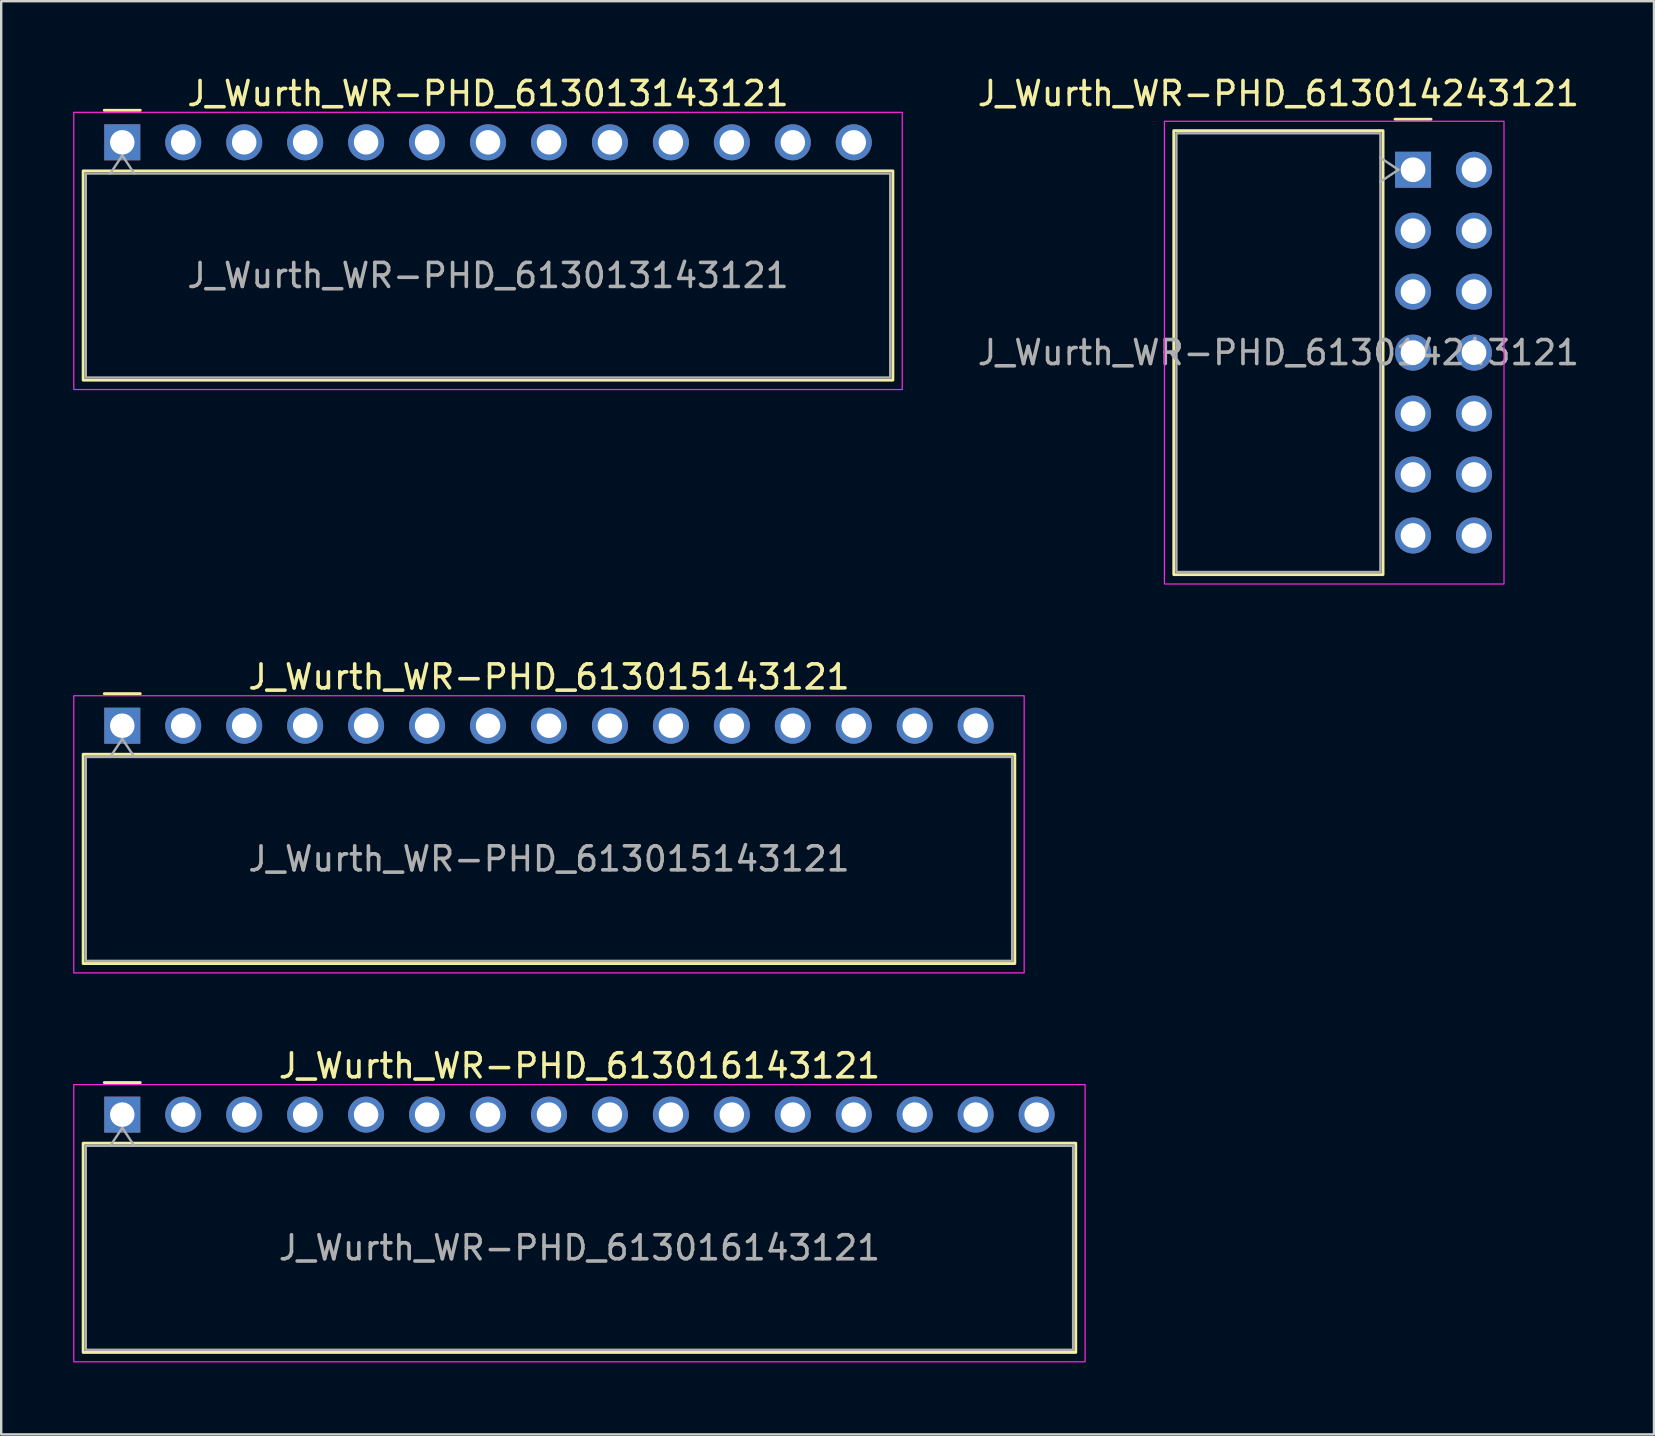
<source format=kicad_pcb>
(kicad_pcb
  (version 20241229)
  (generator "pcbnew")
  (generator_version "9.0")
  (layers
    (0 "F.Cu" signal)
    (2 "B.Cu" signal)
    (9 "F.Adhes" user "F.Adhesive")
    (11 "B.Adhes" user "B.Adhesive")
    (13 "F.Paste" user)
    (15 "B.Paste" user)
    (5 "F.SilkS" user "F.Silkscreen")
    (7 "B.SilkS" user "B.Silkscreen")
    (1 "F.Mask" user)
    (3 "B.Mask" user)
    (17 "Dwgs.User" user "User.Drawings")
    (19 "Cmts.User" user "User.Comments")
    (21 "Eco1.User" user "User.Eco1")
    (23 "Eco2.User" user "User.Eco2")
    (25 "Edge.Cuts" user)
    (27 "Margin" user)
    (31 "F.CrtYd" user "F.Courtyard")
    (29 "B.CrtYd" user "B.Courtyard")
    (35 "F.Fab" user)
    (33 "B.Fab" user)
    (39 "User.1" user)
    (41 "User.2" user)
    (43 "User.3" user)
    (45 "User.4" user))
  (footprint "J_Wurth_WR-PHD_613016143121"
    (layer "F.Cu")
    (at 2.045 43.394)
    (property "Reference" "J_Wurth_WR-PHD_613016143121" (at 19.05 -2.032 0) (unlocked yes) (layer "F.SilkS") (effects (font (size 1 1) (thickness 0.15))))
    (attr through_hole)
    (fp_line (start -0.75 -1.335) (end 0.75 -1.335) (stroke (width 0.12) (type solid)) (layer "F.SilkS"))
    (fp_rect (start -1.63 1.19) (end 39.73 9.91) (stroke (width 0.12) (type solid)) (fill no) (layer "F.SilkS"))
    (fp_rect (start -2.02 -1.25) (end 40.12 10.3) (stroke (width 0.05) (type solid)) (fill no) (layer "F.CrtYd"))
    (fp_line (start 0 0.55) (end -0.5 1.3) (stroke (width 0.1) (type solid)) (layer "F.Fab"))
    (fp_line (start 0 0.55) (end 0.5 1.3) (stroke (width 0.1) (type solid)) (layer "F.Fab"))
    (fp_rect (start -1.52 1.3) (end 39.62 9.8) (stroke (width 0.1) (type solid)) (fill no) (layer "F.Fab"))
    (fp_text user "${REFERENCE}" (at 19.05 5.55 0) (unlocked yes) (layer "F.Fab") (effects (font (size 1 1) (thickness 0.15))))
    (pad "1" thru_hole rect (at 0 0) (size 1.5 1.5) (drill 1.02) (layers "*.Cu" "*.Mask"))
    (pad "2" thru_hole circle (at 2.54 0) (size 1.5 1.5) (drill 1.02) (layers "*.Cu" "*.Mask"))
    (pad "3" thru_hole circle (at 5.08 0) (size 1.5 1.5) (drill 1.02) (layers "*.Cu" "*.Mask"))
    (pad "4" thru_hole circle (at 7.62 0) (size 1.5 1.5) (drill 1.02) (layers "*.Cu" "*.Mask"))
    (pad "5" thru_hole circle (at 10.16 0) (size 1.5 1.5) (drill 1.02) (layers "*.Cu" "*.Mask"))
    (pad "6" thru_hole circle (at 12.7 0) (size 1.5 1.5) (drill 1.02) (layers "*.Cu" "*.Mask"))
    (pad "7" thru_hole circle (at 15.24 0) (size 1.5 1.5) (drill 1.02) (layers "*.Cu" "*.Mask"))
    (pad "8" thru_hole circle (at 17.78 0) (size 1.5 1.5) (drill 1.02) (layers "*.Cu" "*.Mask"))
    (pad "9" thru_hole circle (at 20.32 0) (size 1.5 1.5) (drill 1.02) (layers "*.Cu" "*.Mask"))
    (pad "10" thru_hole circle (at 22.86 0) (size 1.5 1.5) (drill 1.02) (layers "*.Cu" "*.Mask"))
    (pad "11" thru_hole circle (at 25.4 0) (size 1.5 1.5) (drill 1.02) (layers "*.Cu" "*.Mask"))
    (pad "12" thru_hole circle (at 27.94 0) (size 1.5 1.5) (drill 1.02) (layers "*.Cu" "*.Mask"))
    (pad "13" thru_hole circle (at 30.48 0) (size 1.5 1.5) (drill 1.02) (layers "*.Cu" "*.Mask"))
    (pad "14" thru_hole circle (at 33.02 0) (size 1.5 1.5) (drill 1.02) (layers "*.Cu" "*.Mask"))
    (pad "15" thru_hole circle (at 35.56 0) (size 1.5 1.5) (drill 1.02) (layers "*.Cu" "*.Mask"))
    (pad "16" thru_hole circle (at 38.1 0) (size 1.5 1.5) (drill 1.02) (layers "*.Cu" "*.Mask")))
  (footprint "J_Wurth_WR-PHD_613015143121"
    (layer "F.Cu")
    (at 2.045 27.189)
    (property "Reference" "J_Wurth_WR-PHD_613015143121" (at 17.78 -2.032 0) (unlocked yes) (layer "F.SilkS") (effects (font (size 1 1) (thickness 0.15))))
    (attr through_hole)
    (fp_line (start -0.75 -1.335) (end 0.75 -1.335) (stroke (width 0.12) (type solid)) (layer "F.SilkS"))
    (fp_rect (start -1.63 1.19) (end 37.19 9.91) (stroke (width 0.12) (type solid)) (fill no) (layer "F.SilkS"))
    (fp_rect (start -2.02 -1.25) (end 37.58 10.3) (stroke (width 0.05) (type solid)) (fill no) (layer "F.CrtYd"))
    (fp_line (start 0 0.55) (end -0.5 1.3) (stroke (width 0.1) (type solid)) (layer "F.Fab"))
    (fp_line (start 0 0.55) (end 0.5 1.3) (stroke (width 0.1) (type solid)) (layer "F.Fab"))
    (fp_rect (start -1.52 1.3) (end 37.08 9.8) (stroke (width 0.1) (type solid)) (fill no) (layer "F.Fab"))
    (fp_text user "${REFERENCE}" (at 17.78 5.55 0) (unlocked yes) (layer "F.Fab") (effects (font (size 1 1) (thickness 0.15))))
    (pad "1" thru_hole rect (at 0 0) (size 1.5 1.5) (drill 1.02) (layers "*.Cu" "*.Mask"))
    (pad "2" thru_hole circle (at 2.54 0) (size 1.5 1.5) (drill 1.02) (layers "*.Cu" "*.Mask"))
    (pad "3" thru_hole circle (at 5.08 0) (size 1.5 1.5) (drill 1.02) (layers "*.Cu" "*.Mask"))
    (pad "4" thru_hole circle (at 7.62 0) (size 1.5 1.5) (drill 1.02) (layers "*.Cu" "*.Mask"))
    (pad "5" thru_hole circle (at 10.16 0) (size 1.5 1.5) (drill 1.02) (layers "*.Cu" "*.Mask"))
    (pad "6" thru_hole circle (at 12.7 0) (size 1.5 1.5) (drill 1.02) (layers "*.Cu" "*.Mask"))
    (pad "7" thru_hole circle (at 15.24 0) (size 1.5 1.5) (drill 1.02) (layers "*.Cu" "*.Mask"))
    (pad "8" thru_hole circle (at 17.78 0) (size 1.5 1.5) (drill 1.02) (layers "*.Cu" "*.Mask"))
    (pad "9" thru_hole circle (at 20.32 0) (size 1.5 1.5) (drill 1.02) (layers "*.Cu" "*.Mask"))
    (pad "10" thru_hole circle (at 22.86 0) (size 1.5 1.5) (drill 1.02) (layers "*.Cu" "*.Mask"))
    (pad "11" thru_hole circle (at 25.4 0) (size 1.5 1.5) (drill 1.02) (layers "*.Cu" "*.Mask"))
    (pad "12" thru_hole circle (at 27.94 0) (size 1.5 1.5) (drill 1.02) (layers "*.Cu" "*.Mask"))
    (pad "13" thru_hole circle (at 30.48 0) (size 1.5 1.5) (drill 1.02) (layers "*.Cu" "*.Mask"))
    (pad "14" thru_hole circle (at 33.02 0) (size 1.5 1.5) (drill 1.02) (layers "*.Cu" "*.Mask"))
    (pad "15" thru_hole circle (at 35.56 0) (size 1.5 1.5) (drill 1.02) (layers "*.Cu" "*.Mask")))
  (footprint "J_Wurth_WR-PHD_613013143121"
    (layer "F.Cu")
    (at 2.045 2.88)
    (property "Reference" "J_Wurth_WR-PHD_613013143121" (at 15.24 -2.032 0) (unlocked yes) (layer "F.SilkS") (effects (font (size 1 1) (thickness 0.15))))
    (attr through_hole)
    (fp_line (start -0.75 -1.335) (end 0.75 -1.335) (stroke (width 0.12) (type solid)) (layer "F.SilkS"))
    (fp_rect (start -1.63 1.19) (end 32.11 9.91) (stroke (width 0.12) (type solid)) (fill no) (layer "F.SilkS"))
    (fp_rect (start -2.02 -1.25) (end 32.5 10.3) (stroke (width 0.05) (type solid)) (fill no) (layer "F.CrtYd"))
    (fp_line (start 0 0.55) (end -0.5 1.3) (stroke (width 0.1) (type solid)) (layer "F.Fab"))
    (fp_line (start 0 0.55) (end 0.5 1.3) (stroke (width 0.1) (type solid)) (layer "F.Fab"))
    (fp_rect (start -1.52 1.3) (end 32 9.8) (stroke (width 0.1) (type solid)) (fill no) (layer "F.Fab"))
    (fp_text user "${REFERENCE}" (at 15.24 5.55 0) (unlocked yes) (layer "F.Fab") (effects (font (size 1 1) (thickness 0.15))))
    (pad "1" thru_hole rect (at 0 0) (size 1.5 1.5) (drill 1.02) (layers "*.Cu" "*.Mask"))
    (pad "2" thru_hole circle (at 2.54 0) (size 1.5 1.5) (drill 1.02) (layers "*.Cu" "*.Mask"))
    (pad "3" thru_hole circle (at 5.08 0) (size 1.5 1.5) (drill 1.02) (layers "*.Cu" "*.Mask"))
    (pad "4" thru_hole circle (at 7.62 0) (size 1.5 1.5) (drill 1.02) (layers "*.Cu" "*.Mask"))
    (pad "5" thru_hole circle (at 10.16 0) (size 1.5 1.5) (drill 1.02) (layers "*.Cu" "*.Mask"))
    (pad "6" thru_hole circle (at 12.7 0) (size 1.5 1.5) (drill 1.02) (layers "*.Cu" "*.Mask"))
    (pad "7" thru_hole circle (at 15.24 0) (size 1.5 1.5) (drill 1.02) (layers "*.Cu" "*.Mask"))
    (pad "8" thru_hole circle (at 17.78 0) (size 1.5 1.5) (drill 1.02) (layers "*.Cu" "*.Mask"))
    (pad "9" thru_hole circle (at 20.32 0) (size 1.5 1.5) (drill 1.02) (layers "*.Cu" "*.Mask"))
    (pad "10" thru_hole circle (at 22.86 0) (size 1.5 1.5) (drill 1.02) (layers "*.Cu" "*.Mask"))
    (pad "11" thru_hole circle (at 25.4 0) (size 1.5 1.5) (drill 1.02) (layers "*.Cu" "*.Mask"))
    (pad "12" thru_hole circle (at 27.94 0) (size 1.5 1.5) (drill 1.02) (layers "*.Cu" "*.Mask"))
    (pad "13" thru_hole circle (at 30.48 0) (size 1.5 1.5) (drill 1.02) (layers "*.Cu" "*.Mask")))
  (footprint "J_Wurth_WR-PHD_613014243121"
    (layer "F.Cu")
    (at 55.829 4.023)
    (property "Reference" "J_Wurth_WR-PHD_613014243121" (at -5.61 -3.175 0) (unlocked yes) (layer "F.SilkS") (effects (font (size 1 1) (thickness 0.15))))
    (attr through_hole)
    (fp_line (start -0.75 -2.105) (end 0.75 -2.105) (stroke (width 0.12) (type solid)) (layer "F.SilkS"))
    (fp_rect (start -9.97 -1.63) (end -1.25 16.87) (stroke (width 0.12) (type solid)) (fill no) (layer "F.SilkS"))
    (fp_rect (start -10.36 -2.02) (end 3.79 17.26) (stroke (width 0.05) (type solid)) (fill no) (layer "F.CrtYd"))
    (fp_line (start -0.61 0) (end -1.36 -0.5) (stroke (width 0.1) (type solid)) (layer "F.Fab"))
    (fp_line (start -0.61 0) (end -1.36 0.5) (stroke (width 0.1) (type solid)) (layer "F.Fab"))
    (fp_rect (start -9.86 -1.52) (end -1.36 16.76) (stroke (width 0.1) (type solid)) (fill no) (layer "F.Fab"))
    (fp_text user "${REFERENCE}" (at -5.61 7.62 0) (unlocked yes) (layer "F.Fab") (effects (font (size 1 1) (thickness 0.15))))
    (pad "1" thru_hole rect (at 0 0 270) (size 1.5 1.5) (drill 1.03) (layers "*.Cu" "*.Mask"))
    (pad "2" thru_hole circle (at 2.54 0 270) (size 1.5 1.5) (drill 1.03) (layers "*.Cu" "*.Mask"))
    (pad "3" thru_hole circle (at 0 2.54 270) (size 1.5 1.5) (drill 1.03) (layers "*.Cu" "*.Mask"))
    (pad "4" thru_hole circle (at 2.54 2.54 270) (size 1.5 1.5) (drill 1.03) (layers "*.Cu" "*.Mask"))
    (pad "5" thru_hole circle (at 0 5.08 270) (size 1.5 1.5) (drill 1.03) (layers "*.Cu" "*.Mask"))
    (pad "6" thru_hole circle (at 2.54 5.08 270) (size 1.5 1.5) (drill 1.03) (layers "*.Cu" "*.Mask"))
    (pad "7" thru_hole circle (at 0 7.62 270) (size 1.5 1.5) (drill 1.03) (layers "*.Cu" "*.Mask"))
    (pad "8" thru_hole circle (at 2.54 7.62 270) (size 1.5 1.5) (drill 1.03) (layers "*.Cu" "*.Mask"))
    (pad "9" thru_hole circle (at 0 10.16 270) (size 1.5 1.5) (drill 1.03) (layers "*.Cu" "*.Mask"))
    (pad "10" thru_hole circle (at 2.54 10.16 270) (size 1.5 1.5) (drill 1.03) (layers "*.Cu" "*.Mask"))
    (pad "11" thru_hole circle (at 0 12.7 270) (size 1.5 1.5) (drill 1.03) (layers "*.Cu" "*.Mask"))
    (pad "12" thru_hole circle (at 2.54 12.7 270) (size 1.5 1.5) (drill 1.03) (layers "*.Cu" "*.Mask"))
    (pad "13" thru_hole circle (at 0 15.24 270) (size 1.5 1.5) (drill 1.03) (layers "*.Cu" "*.Mask"))
    (pad "14" thru_hole circle (at 2.54 15.24 270) (size 1.5 1.5) (drill 1.03) (layers "*.Cu" "*.Mask")))
  (gr_rect
    (start -3 -3)
    (end 65.868 56.719)
    (stroke (width 0.1) (type default))
    (fill no)
    (layer "Edge.Cuts")))
</source>
